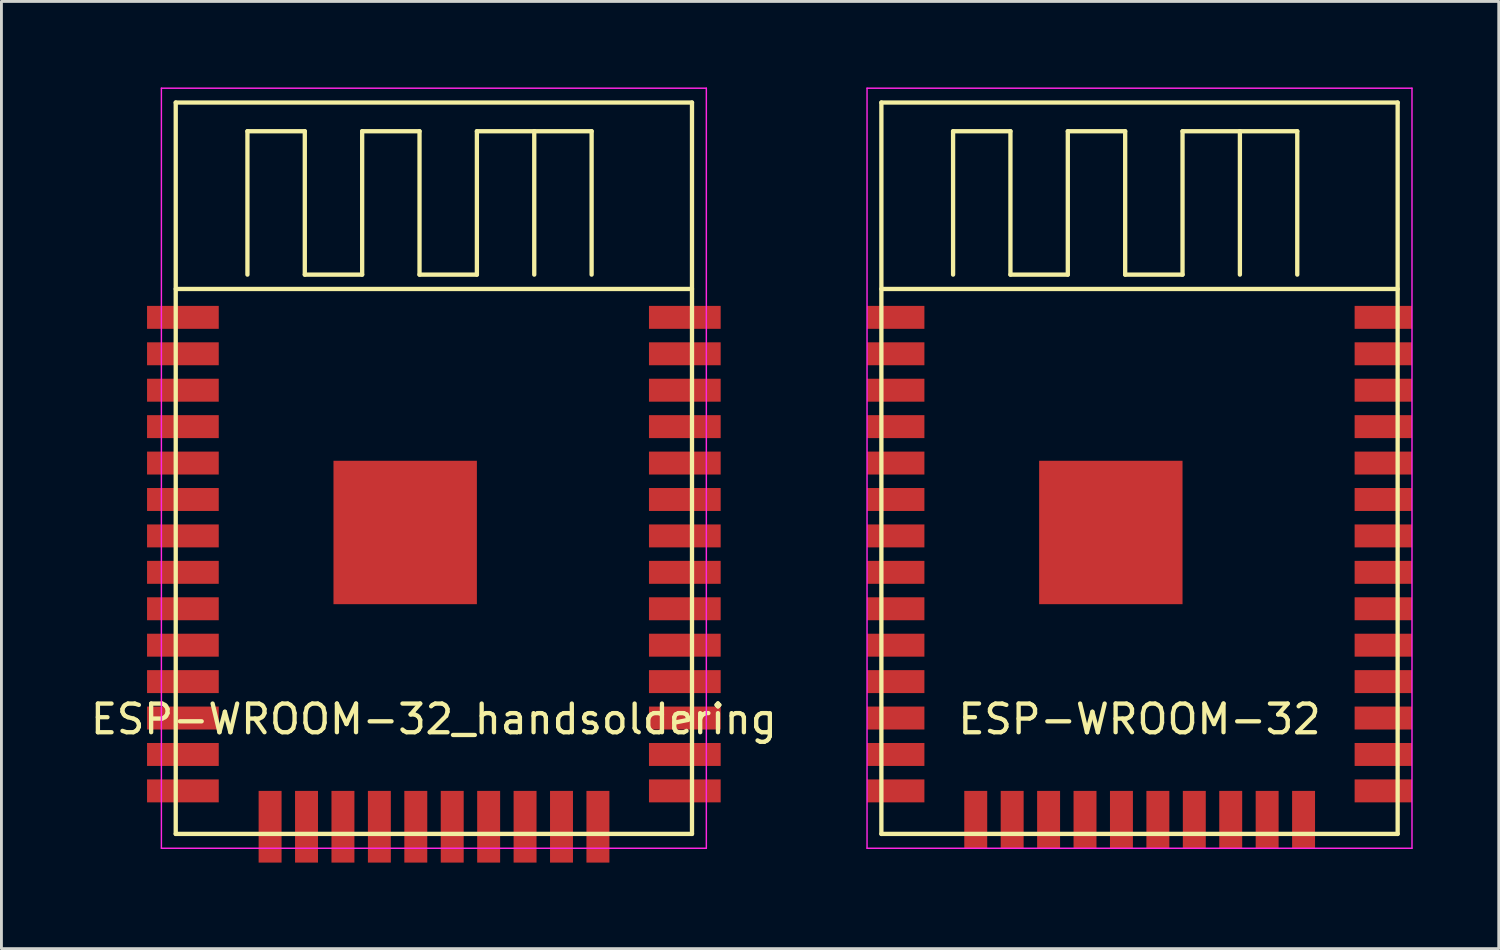
<source format=kicad_pcb>
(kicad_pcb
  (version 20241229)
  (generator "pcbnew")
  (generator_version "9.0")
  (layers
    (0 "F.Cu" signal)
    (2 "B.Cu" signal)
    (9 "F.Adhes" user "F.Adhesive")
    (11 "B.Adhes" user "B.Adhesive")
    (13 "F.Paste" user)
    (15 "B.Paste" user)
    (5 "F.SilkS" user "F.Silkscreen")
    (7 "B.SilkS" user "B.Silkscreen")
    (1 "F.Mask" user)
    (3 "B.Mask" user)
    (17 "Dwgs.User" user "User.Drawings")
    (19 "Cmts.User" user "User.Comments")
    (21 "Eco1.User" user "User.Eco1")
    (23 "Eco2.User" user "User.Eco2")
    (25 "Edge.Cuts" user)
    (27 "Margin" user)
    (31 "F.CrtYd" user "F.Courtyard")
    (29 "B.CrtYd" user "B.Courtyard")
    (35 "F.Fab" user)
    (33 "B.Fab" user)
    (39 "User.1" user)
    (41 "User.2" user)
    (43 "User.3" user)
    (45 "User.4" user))
  (footprint "ESP-WROOM-32"
    (layer "F.Cu")
    (at 36.68 16.765)
    (property "Reference" "ESP-WROOM-32" (at 0 5.26 0) (layer "F.SilkS") (effects (font (size 1 1) (thickness 0.15))))
    (attr through_hole)
    (fp_line (start -9 -16.24) (end -9 9.26) (stroke (width 0.15) (type solid)) (layer "F.SilkS"))
    (fp_line (start -9 -9.74) (end 9 -9.74) (stroke (width 0.15) (type solid)) (layer "F.SilkS"))
    (fp_line (start -9 9.26) (end 9 9.26) (stroke (width 0.15) (type solid)) (layer "F.SilkS"))
    (fp_line (start -6.5 -15.24) (end -6.5 -10.24) (stroke (width 0.15) (type solid)) (layer "F.SilkS"))
    (fp_line (start -4.5 -15.24) (end -6.5 -15.24) (stroke (width 0.15) (type solid)) (layer "F.SilkS"))
    (fp_line (start -4.5 -10.24) (end -4.5 -15.24) (stroke (width 0.15) (type solid)) (layer "F.SilkS"))
    (fp_line (start -2.5 -15.24) (end -2.5 -10.24) (stroke (width 0.15) (type solid)) (layer "F.SilkS"))
    (fp_line (start -2.5 -10.24) (end -4.5 -10.24) (stroke (width 0.15) (type solid)) (layer "F.SilkS"))
    (fp_line (start -0.5 -15.24) (end -2.5 -15.24) (stroke (width 0.15) (type solid)) (layer "F.SilkS"))
    (fp_line (start -0.5 -10.24) (end -0.5 -15.24) (stroke (width 0.15) (type solid)) (layer "F.SilkS"))
    (fp_line (start 1.5 -15.24) (end 1.5 -10.24) (stroke (width 0.15) (type solid)) (layer "F.SilkS"))
    (fp_line (start 1.5 -10.24) (end -0.5 -10.24) (stroke (width 0.15) (type solid)) (layer "F.SilkS"))
    (fp_line (start 3.5 -15.24) (end 1.5 -15.24) (stroke (width 0.15) (type solid)) (layer "F.SilkS"))
    (fp_line (start 3.5 -15.24) (end 3.5 -10.24) (stroke (width 0.15) (type solid)) (layer "F.SilkS"))
    (fp_line (start 5.5 -15.24) (end 3.5 -15.24) (stroke (width 0.15) (type solid)) (layer "F.SilkS"))
    (fp_line (start 5.5 -10.24) (end 5.5 -15.24) (stroke (width 0.15) (type solid)) (layer "F.SilkS"))
    (fp_line (start 9 -16.24) (end -9 -16.24) (stroke (width 0.15) (type solid)) (layer "F.SilkS"))
    (fp_line (start 9 9.26) (end 9 -16.24) (stroke (width 0.15) (type solid)) (layer "F.SilkS"))
    (fp_line (start -9.5 -16.74) (end -9.5 9.76) (stroke (width 0.05) (type solid)) (layer "F.CrtYd"))
    (fp_line (start -9.5 9.76) (end 9.5 9.76) (stroke (width 0.05) (type solid)) (layer "F.CrtYd"))
    (fp_line (start 9.5 -16.74) (end -9.5 -16.74) (stroke (width 0.05) (type solid)) (layer "F.CrtYd"))
    (fp_line (start 9.5 9.76) (end 9.5 -16.74) (stroke (width 0.05) (type solid)) (layer "F.CrtYd"))
    (pad "1" smd rect (at -8.5 -8.75 90) (size 0.8 2) (layers "F.Cu" "F.Mask" "F.Paste"))
    (pad "2" smd rect (at -8.5 -7.48 90) (size 0.8 2) (layers "F.Cu" "F.Mask" "F.Paste"))
    (pad "3" smd rect (at -8.5 -6.21 90) (size 0.8 2) (layers "F.Cu" "F.Mask" "F.Paste"))
    (pad "4" smd rect (at -8.5 -4.94 90) (size 0.8 2) (layers "F.Cu" "F.Mask" "F.Paste"))
    (pad "5" smd rect (at -8.5 -3.67 90) (size 0.8 2) (layers "F.Cu" "F.Mask" "F.Paste"))
    (pad "6" smd rect (at -8.5 -2.4 90) (size 0.8 2) (layers "F.Cu" "F.Mask" "F.Paste"))
    (pad "7" smd rect (at -8.5 -1.13 90) (size 0.8 2) (layers "F.Cu" "F.Mask" "F.Paste"))
    (pad "8" smd rect (at -8.5 0.14 90) (size 0.8 2) (layers "F.Cu" "F.Mask" "F.Paste"))
    (pad "9" smd rect (at -8.5 1.41 90) (size 0.8 2) (layers "F.Cu" "F.Mask" "F.Paste"))
    (pad "10" smd rect (at -8.5 2.68 90) (size 0.8 2) (layers "F.Cu" "F.Mask" "F.Paste"))
    (pad "11" smd rect (at -8.5 3.95 90) (size 0.8 2) (layers "F.Cu" "F.Mask" "F.Paste"))
    (pad "12" smd rect (at -8.5 5.22 90) (size 0.8 2) (layers "F.Cu" "F.Mask" "F.Paste"))
    (pad "13" smd rect (at -8.5 6.49 90) (size 0.8 2) (layers "F.Cu" "F.Mask" "F.Paste"))
    (pad "14" smd rect (at -8.5 7.76 90) (size 0.8 2) (layers "F.Cu" "F.Mask" "F.Paste"))
    (pad "15" smd rect (at -5.71 8.76 180) (size 0.8 2) (layers "F.Cu" "F.Mask" "F.Paste"))
    (pad "16" smd rect (at -4.44 8.76 180) (size 0.8 2) (layers "F.Cu" "F.Mask" "F.Paste"))
    (pad "17" smd rect (at -3.17 8.76 180) (size 0.8 2) (layers "F.Cu" "F.Mask" "F.Paste"))
    (pad "18" smd rect (at -1.9 8.76 180) (size 0.8 2) (layers "F.Cu" "F.Mask" "F.Paste"))
    (pad "19" smd rect (at -0.63 8.76 180) (size 0.8 2) (layers "F.Cu" "F.Mask" "F.Paste"))
    (pad "20" smd rect (at 0.64 8.76 180) (size 0.8 2) (layers "F.Cu" "F.Mask" "F.Paste"))
    (pad "21" smd rect (at 1.91 8.76 180) (size 0.8 2) (layers "F.Cu" "F.Mask" "F.Paste"))
    (pad "22" smd rect (at 3.18 8.76 180) (size 0.8 2) (layers "F.Cu" "F.Mask" "F.Paste"))
    (pad "23" smd rect (at 4.45 8.76 180) (size 0.8 2) (layers "F.Cu" "F.Mask" "F.Paste"))
    (pad "24" smd rect (at 5.72 8.76 180) (size 0.8 2) (layers "F.Cu" "F.Mask" "F.Paste"))
    (pad "25" smd rect (at 8.5 7.76 270) (size 0.8 2) (layers "F.Cu" "F.Mask" "F.Paste"))
    (pad "26" smd rect (at 8.5 6.49 270) (size 0.8 2) (layers "F.Cu" "F.Mask" "F.Paste"))
    (pad "27" smd rect (at 8.5 5.22 270) (size 0.8 2) (layers "F.Cu" "F.Mask" "F.Paste"))
    (pad "28" smd rect (at 8.5 3.95 270) (size 0.8 2) (layers "F.Cu" "F.Mask" "F.Paste"))
    (pad "29" smd rect (at 8.5 2.68 270) (size 0.8 2) (layers "F.Cu" "F.Mask" "F.Paste"))
    (pad "30" smd rect (at 8.5 1.41 270) (size 0.8 2) (layers "F.Cu" "F.Mask" "F.Paste"))
    (pad "31" smd rect (at 8.5 0.14 270) (size 0.8 2) (layers "F.Cu" "F.Mask" "F.Paste"))
    (pad "32" smd rect (at 8.5 -1.13 270) (size 0.8 2) (layers "F.Cu" "F.Mask" "F.Paste"))
    (pad "33" smd rect (at 8.5 -2.4 270) (size 0.8 2) (layers "F.Cu" "F.Mask" "F.Paste"))
    (pad "34" smd rect (at 8.5 -3.67 270) (size 0.8 2) (layers "F.Cu" "F.Mask" "F.Paste"))
    (pad "35" smd rect (at 8.5 -4.94 270) (size 0.8 2) (layers "F.Cu" "F.Mask" "F.Paste"))
    (pad "36" smd rect (at 8.5 -6.21 270) (size 0.8 2) (layers "F.Cu" "F.Mask" "F.Paste"))
    (pad "37" smd rect (at 8.5 -7.48 270) (size 0.8 2) (layers "F.Cu" "F.Mask" "F.Paste"))
    (pad "38" smd rect (at 8.5 -8.75 270) (size 0.8 2) (layers "F.Cu" "F.Mask" "F.Paste"))
    (pad "39" smd rect (at -1 -1.25 270) (size 5 5) (layers "F.Cu" "F.Mask" "F.Paste")))
  (footprint "ESP-WROOM-32_handsoldering"
    (layer "F.Cu")
    (at 12.077 16.765)
    (property "Reference" "ESP-WROOM-32_handsoldering" (at 0 5.26 0) (layer "F.SilkS") (effects (font (size 1 1) (thickness 0.15))))
    (attr through_hole)
    (fp_line (start -9 -16.24) (end -9 9.26) (stroke (width 0.15) (type solid)) (layer "F.SilkS"))
    (fp_line (start -9 -9.74) (end 9 -9.74) (stroke (width 0.15) (type solid)) (layer "F.SilkS"))
    (fp_line (start -9 9.26) (end 9 9.26) (stroke (width 0.15) (type solid)) (layer "F.SilkS"))
    (fp_line (start -6.5 -15.24) (end -6.5 -10.24) (stroke (width 0.15) (type solid)) (layer "F.SilkS"))
    (fp_line (start -4.5 -15.24) (end -6.5 -15.24) (stroke (width 0.15) (type solid)) (layer "F.SilkS"))
    (fp_line (start -4.5 -10.24) (end -4.5 -15.24) (stroke (width 0.15) (type solid)) (layer "F.SilkS"))
    (fp_line (start -2.5 -15.24) (end -2.5 -10.24) (stroke (width 0.15) (type solid)) (layer "F.SilkS"))
    (fp_line (start -2.5 -10.24) (end -4.5 -10.24) (stroke (width 0.15) (type solid)) (layer "F.SilkS"))
    (fp_line (start -0.5 -15.24) (end -2.5 -15.24) (stroke (width 0.15) (type solid)) (layer "F.SilkS"))
    (fp_line (start -0.5 -10.24) (end -0.5 -15.24) (stroke (width 0.15) (type solid)) (layer "F.SilkS"))
    (fp_line (start 1.5 -15.24) (end 1.5 -10.24) (stroke (width 0.15) (type solid)) (layer "F.SilkS"))
    (fp_line (start 1.5 -10.24) (end -0.5 -10.24) (stroke (width 0.15) (type solid)) (layer "F.SilkS"))
    (fp_line (start 3.5 -15.24) (end 1.5 -15.24) (stroke (width 0.15) (type solid)) (layer "F.SilkS"))
    (fp_line (start 3.5 -15.24) (end 3.5 -10.24) (stroke (width 0.15) (type solid)) (layer "F.SilkS"))
    (fp_line (start 5.5 -15.24) (end 3.5 -15.24) (stroke (width 0.15) (type solid)) (layer "F.SilkS"))
    (fp_line (start 5.5 -10.24) (end 5.5 -15.24) (stroke (width 0.15) (type solid)) (layer "F.SilkS"))
    (fp_line (start 9 -16.24) (end -9 -16.24) (stroke (width 0.15) (type solid)) (layer "F.SilkS"))
    (fp_line (start 9 9.26) (end 9 -16.24) (stroke (width 0.15) (type solid)) (layer "F.SilkS"))
    (fp_line (start -9.5 -16.74) (end -9.5 9.76) (stroke (width 0.05) (type solid)) (layer "F.CrtYd"))
    (fp_line (start -9.5 9.76) (end 9.5 9.76) (stroke (width 0.05) (type solid)) (layer "F.CrtYd"))
    (fp_line (start 9.5 -16.74) (end -9.5 -16.74) (stroke (width 0.05) (type solid)) (layer "F.CrtYd"))
    (fp_line (start 9.5 9.76) (end 9.5 -16.74) (stroke (width 0.05) (type solid)) (layer "F.CrtYd"))
    (pad "1" smd rect (at -8.75 -8.75 90) (size 0.8 2.5) (layers "F.Cu" "F.Mask" "F.Paste"))
    (pad "2" smd rect (at -8.75 -7.48 90) (size 0.8 2.5) (layers "F.Cu" "F.Mask" "F.Paste"))
    (pad "3" smd rect (at -8.75 -6.21 90) (size 0.8 2.5) (layers "F.Cu" "F.Mask" "F.Paste"))
    (pad "4" smd rect (at -8.75 -4.94 90) (size 0.8 2.5) (layers "F.Cu" "F.Mask" "F.Paste"))
    (pad "5" smd rect (at -8.75 -3.67 90) (size 0.8 2.5) (layers "F.Cu" "F.Mask" "F.Paste"))
    (pad "6" smd rect (at -8.75 -2.4 90) (size 0.8 2.5) (layers "F.Cu" "F.Mask" "F.Paste"))
    (pad "7" smd rect (at -8.75 -1.13 90) (size 0.8 2.5) (layers "F.Cu" "F.Mask" "F.Paste"))
    (pad "8" smd rect (at -8.75 0.14 90) (size 0.8 2.5) (layers "F.Cu" "F.Mask" "F.Paste"))
    (pad "9" smd rect (at -8.75 1.41 90) (size 0.8 2.5) (layers "F.Cu" "F.Mask" "F.Paste"))
    (pad "10" smd rect (at -8.75 2.68 90) (size 0.8 2.5) (layers "F.Cu" "F.Mask" "F.Paste"))
    (pad "11" smd rect (at -8.75 3.95 90) (size 0.8 2.5) (layers "F.Cu" "F.Mask" "F.Paste"))
    (pad "12" smd rect (at -8.75 5.22 90) (size 0.8 2.5) (layers "F.Cu" "F.Mask" "F.Paste"))
    (pad "13" smd rect (at -8.75 6.49 90) (size 0.8 2.5) (layers "F.Cu" "F.Mask" "F.Paste"))
    (pad "14" smd rect (at -8.75 7.76 90) (size 0.8 2.5) (layers "F.Cu" "F.Mask" "F.Paste"))
    (pad "15" smd rect (at -5.71 9.01 180) (size 0.8 2.5) (layers "F.Cu" "F.Mask" "F.Paste"))
    (pad "16" smd rect (at -4.44 9.01 180) (size 0.8 2.5) (layers "F.Cu" "F.Mask" "F.Paste"))
    (pad "17" smd rect (at -3.17 9.01 180) (size 0.8 2.5) (layers "F.Cu" "F.Mask" "F.Paste"))
    (pad "18" smd rect (at -1.9 9.01 180) (size 0.8 2.5) (layers "F.Cu" "F.Mask" "F.Paste"))
    (pad "19" smd rect (at -0.63 9.01 180) (size 0.8 2.5) (layers "F.Cu" "F.Mask" "F.Paste"))
    (pad "20" smd rect (at 0.64 9.01 180) (size 0.8 2.5) (layers "F.Cu" "F.Mask" "F.Paste"))
    (pad "21" smd rect (at 1.91 9.01 180) (size 0.8 2.5) (layers "F.Cu" "F.Mask" "F.Paste"))
    (pad "22" smd rect (at 3.18 9.01 180) (size 0.8 2.5) (layers "F.Cu" "F.Mask" "F.Paste"))
    (pad "23" smd rect (at 4.45 9.01 180) (size 0.8 2.5) (layers "F.Cu" "F.Mask" "F.Paste"))
    (pad "24" smd rect (at 5.72 9.01 180) (size 0.8 2.5) (layers "F.Cu" "F.Mask" "F.Paste"))
    (pad "25" smd rect (at 8.75 7.76 270) (size 0.8 2.5) (layers "F.Cu" "F.Mask" "F.Paste"))
    (pad "26" smd rect (at 8.75 6.49 270) (size 0.8 2.5) (layers "F.Cu" "F.Mask" "F.Paste"))
    (pad "27" smd rect (at 8.75 5.22 270) (size 0.8 2.5) (layers "F.Cu" "F.Mask" "F.Paste"))
    (pad "28" smd rect (at 8.75 3.95 270) (size 0.8 2.5) (layers "F.Cu" "F.Mask" "F.Paste"))
    (pad "29" smd rect (at 8.75 2.68 270) (size 0.8 2.5) (layers "F.Cu" "F.Mask" "F.Paste"))
    (pad "30" smd rect (at 8.75 1.41 270) (size 0.8 2.5) (layers "F.Cu" "F.Mask" "F.Paste"))
    (pad "31" smd rect (at 8.75 0.14 270) (size 0.8 2.5) (layers "F.Cu" "F.Mask" "F.Paste"))
    (pad "32" smd rect (at 8.75 -1.13 270) (size 0.8 2.5) (layers "F.Cu" "F.Mask" "F.Paste"))
    (pad "33" smd rect (at 8.75 -2.4 270) (size 0.8 2.5) (layers "F.Cu" "F.Mask" "F.Paste"))
    (pad "34" smd rect (at 8.75 -3.67 270) (size 0.8 2.5) (layers "F.Cu" "F.Mask" "F.Paste"))
    (pad "35" smd rect (at 8.75 -4.94 270) (size 0.8 2.5) (layers "F.Cu" "F.Mask" "F.Paste"))
    (pad "36" smd rect (at 8.75 -6.21 270) (size 0.8 2.5) (layers "F.Cu" "F.Mask" "F.Paste"))
    (pad "37" smd rect (at 8.75 -7.48 270) (size 0.8 2.5) (layers "F.Cu" "F.Mask" "F.Paste"))
    (pad "38" smd rect (at 8.75 -8.75 270) (size 0.8 2.5) (layers "F.Cu" "F.Mask" "F.Paste"))
    (pad "39" smd rect (at -1 -1.25 270) (size 5 5) (layers "F.Cu" "F.Mask" "F.Paste")))
  (gr_rect
    (start -3 -3)
    (end 49.205 30.025)
    (stroke (width 0.1) (type default))
    (fill no)
    (layer "Edge.Cuts")))
</source>
